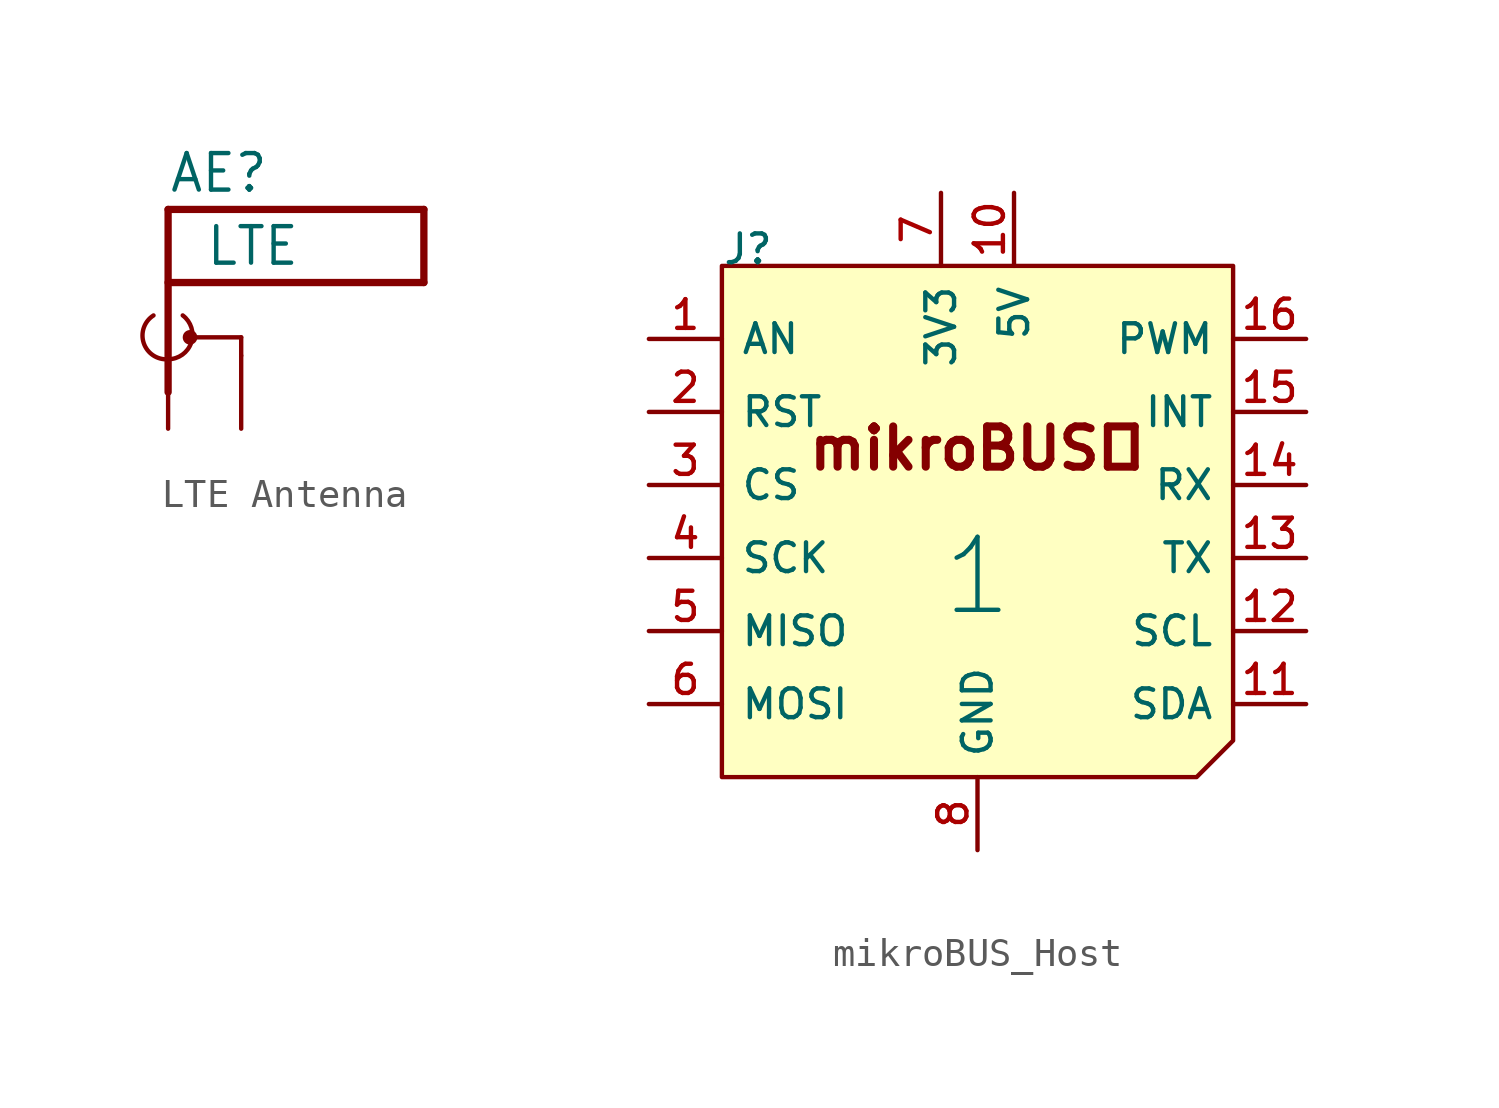
<source format=kicad_sym>
(kicad_symbol_lib
  (version 20220914)
  (generator kicad_symbol_editor)
  (symbol "LTE Antenna"
    (pin_numbers hide)
    (pin_names
      (offset 0.635) hide)
    (property "Reference" "AE"
      (at 0 3.81 0)
      (do_not_autoplace)
      (effects (font (size 1.27 1.27)) (justify left)))
    (property "Value" "LTE"
      (at 1.27 1.27 0)
      (do_not_autoplace)
      (effects (font (size 1.27 1.27)) (justify left)))
    (symbol "LTE Antenna_0_1"
      (arc (start -0.508 -1.143) (mid -0.8429 -2.1194) (end 0 -2.667) (stroke (width 0) (type default)) (fill (type none)))
      (arc (start 0 -2.667) (mid 0.7989 -2.1052) (end 0.508 -1.143) (stroke (width 0) (type default)) (fill (type none)))
      (polyline (pts (xy 0 -2.54) (xy 0 0)) (stroke (width 0) (type default)) (fill (type none)))
      (polyline (pts (xy 0 0) (xy 8.89 0)) (stroke (width 0.254) (type default)) (fill (type none)))
      (polyline (pts (xy 0 2.54) (xy 0 -3.81)) (stroke (width 0.254) (type default)) (fill (type none)))
      (polyline (pts (xy 0 2.54) (xy 8.89 2.54)) (stroke (width 0.254) (type default)) (fill (type none)))
      (polyline (pts (xy 0.762 -1.905) (xy 2.54 -1.905)) (stroke (width 0) (type default)) (fill (type none)))
      (polyline (pts (xy 2.54 -2.54) (xy 2.54 -1.905)) (stroke (width 0) (type default)) (fill (type none)))
      (polyline (pts (xy 8.89 0) (xy 8.89 2.54)) (stroke (width 0.254) (type default)) (fill (type none)))
      (circle (center 0.762 -1.905) (radius 0.178) (stroke (width 0) (type default)) (fill (type outline))))
    (symbol "LTE Antenna_1_1"
      (pin input line (at 0 -5.08 90) (length 2.54) (name "A" (effects (font (size 1.27 1.27)))) (number "1" (effects (font (size 1.27 1.27)))))
      (pin input line (at 2.54 -5.08 90) (length 2.54) (name "Shield" (effects (font (size 1.27 1.27)))) (number "2" (effects (font (size 1.27 1.27)))))
      (pin no_connect line (at 2.54 0 180) (length 2.54) hide (name "NC" (effects (font (size 0.991 0.991)))) (number "3" (effects (font (size 0.991 0.991)))))
      (pin no_connect line (at 2.54 0 180) (length 2.54) hide (name "NC" (effects (font (size 0.991 0.991)))) (number "4" (effects (font (size 0.991 0.991)))))
      (pin no_connect line (at 2.54 0 180) (length 2.54) hide (name "NC" (effects (font (size 0.991 0.991)))) (number "5" (effects (font (size 0.991 0.991)))))
      (pin no_connect line (at 2.54 0 180) (length 2.54) hide (name "NC" (effects (font (size 0.991 0.991)))) (number "6" (effects (font (size 0.991 0.991)))))
      (pin no_connect line (at 2.54 0 180) (length 2.54) hide (name "NC" (effects (font (size 0.991 0.991)))) (number "7" (effects (font (size 0.991 0.991)))))))
  (symbol "mikroBUS_Host"
    (pin_names
      (offset 0.635))
    (property "Reference" "J"
      (at 0 0 0)
      (do_not_autoplace)
      (effects (font (size 1 1)) (justify left bottom)))
    (property "Value" "1"
      (at 8.89 -10.795 0)
      (do_not_autoplace)
      (effects (font (size 2.54 2.54))))
    (symbol "mikroBUS_Host_0_0"
      (pin power_in line (at 10.16 2.54 270) (length 2.54) (name "5V" (effects (font (size 1 1)))) (number "10" (effects (font (size 1.016 1.016)))))
      (pin bidirectional line (at 20.32 -15.24 180) (length 2.54) (name "SDA" (effects (font (size 1 1)))) (number "11" (effects (font (size 1.016 1.016)))))
      (pin bidirectional line (at 20.32 -12.7 180) (length 2.54) (name "SCL" (effects (font (size 1 1)))) (number "12" (effects (font (size 1.016 1.016)))))
      (pin bidirectional line (at 20.32 -10.16 180) (length 2.54) (name "TX" (effects (font (size 1 1)))) (number "13" (effects (font (size 1.016 1.016)))))
      (pin bidirectional line (at 20.32 -7.62 180) (length 2.54) (name "RX" (effects (font (size 1 1)))) (number "14" (effects (font (size 1.016 1.016)))))
      (pin bidirectional line (at 20.32 -5.08 180) (length 2.54) (name "INT" (effects (font (size 1 1)))) (number "15" (effects (font (size 1.016 1.016)))))
      (pin bidirectional line (at 20.32 -2.54 180) (length 2.54) (name "PWM" (effects (font (size 1 1)))) (number "16" (effects (font (size 1.016 1.016)))))
      (pin bidirectional line (at -2.54 -5.08 0) (length 2.54) (name "RST" (effects (font (size 1 1)))) (number "2" (effects (font (size 1.016 1.016)))))
      (pin bidirectional line (at -2.54 -7.62 0) (length 2.54) (name "CS" (effects (font (size 1 1)))) (number "3" (effects (font (size 1.016 1.016)))))
      (pin bidirectional line (at -2.54 -10.16 0) (length 2.54) (name "SCK" (effects (font (size 1 1)))) (number "4" (effects (font (size 1.016 1.016)))))
      (pin bidirectional line (at -2.54 -12.7 0) (length 2.54) (name "MISO" (effects (font (size 1 1)))) (number "5" (effects (font (size 1.016 1.016)))))
      (pin bidirectional line (at -2.54 -15.24 0) (length 2.54) (name "MOSI" (effects (font (size 1 1)))) (number "6" (effects (font (size 1.016 1.016)))))
      (pin power_in line (at 7.62 2.54 270) (length 2.54) (name "3V3" (effects (font (size 1 1)))) (number "7" (effects (font (size 1.016 1.016))))))
    (symbol "mikroBUS_Host_1_0"
      (pin bidirectional line (at -2.54 -2.54 0) (length 2.54) (name "AN" (effects (font (size 1 1)))) (number "1" (effects (font (size 1 1)))))
      (pin bidirectional line (at 8.89 -20.32 90) (length 2.54) (name "GND" (effects (font (size 1 1)))) (number "8" (effects (font (size 1.016 1.016)))))
      (pin bidirectional line (at 8.89 -20.32 90) (length 2.54) hide (name "GND" (effects (font (size 1 1)))) (number "9" (effects (font (size 1.016 1.016))))))
    (symbol "mikroBUS_Host_1_1"
      (polyline (pts (xy 0 0) (xy 0 -17.78) (xy 16.51 -17.78) (xy 17.78 -16.51) (xy 17.78 0) (xy 0 0)) (stroke (width 0) (type default)) (fill (type background)))
      (text "mikroBUS™" (at 8.89 -6.35 0) (effects (font (size 1.4 1.4) bold))))))
</source>
